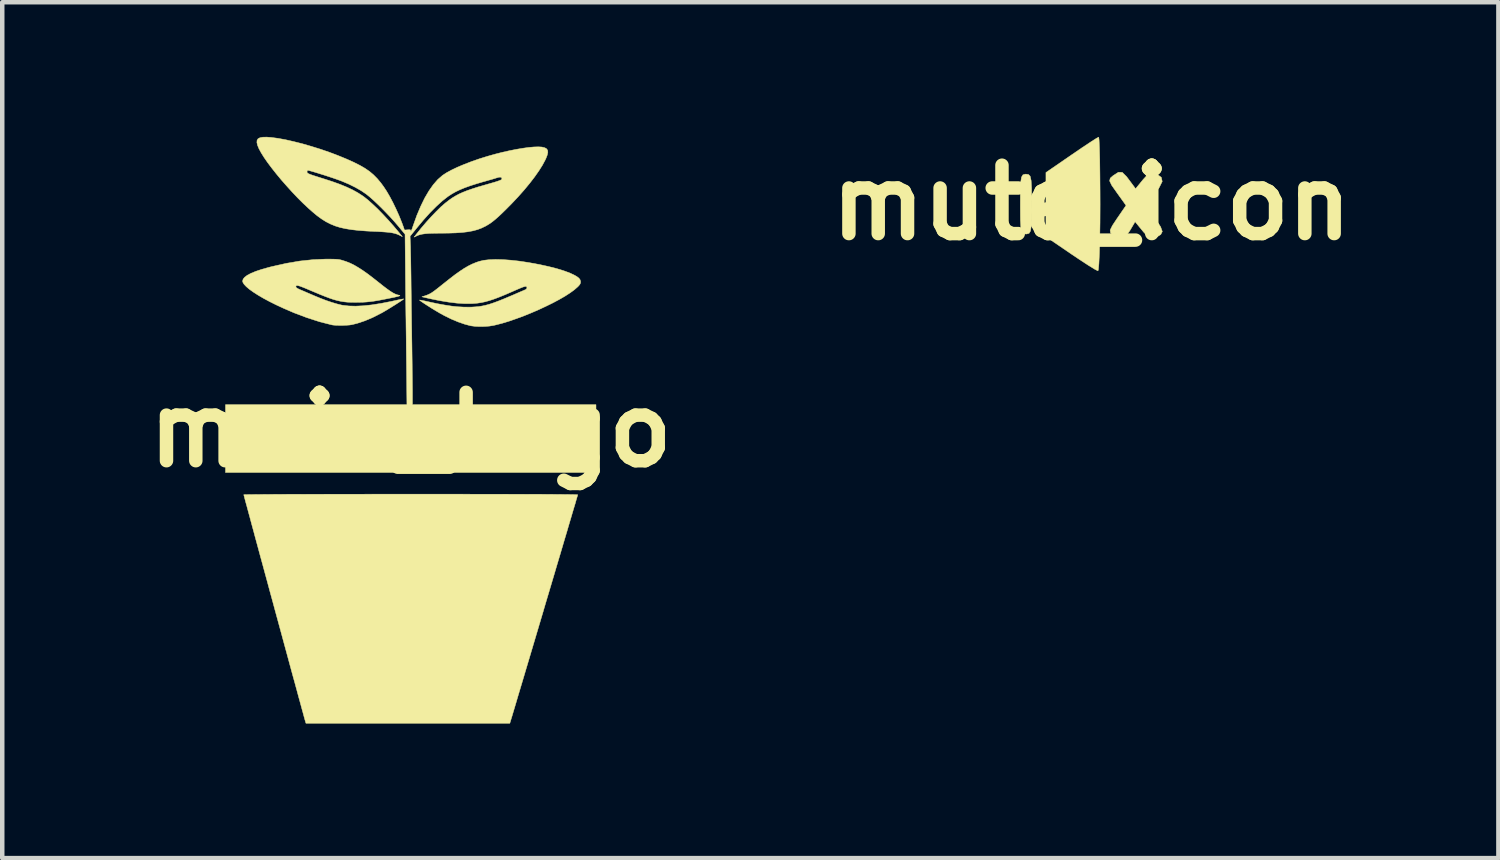
<source format=kicad_pcb>
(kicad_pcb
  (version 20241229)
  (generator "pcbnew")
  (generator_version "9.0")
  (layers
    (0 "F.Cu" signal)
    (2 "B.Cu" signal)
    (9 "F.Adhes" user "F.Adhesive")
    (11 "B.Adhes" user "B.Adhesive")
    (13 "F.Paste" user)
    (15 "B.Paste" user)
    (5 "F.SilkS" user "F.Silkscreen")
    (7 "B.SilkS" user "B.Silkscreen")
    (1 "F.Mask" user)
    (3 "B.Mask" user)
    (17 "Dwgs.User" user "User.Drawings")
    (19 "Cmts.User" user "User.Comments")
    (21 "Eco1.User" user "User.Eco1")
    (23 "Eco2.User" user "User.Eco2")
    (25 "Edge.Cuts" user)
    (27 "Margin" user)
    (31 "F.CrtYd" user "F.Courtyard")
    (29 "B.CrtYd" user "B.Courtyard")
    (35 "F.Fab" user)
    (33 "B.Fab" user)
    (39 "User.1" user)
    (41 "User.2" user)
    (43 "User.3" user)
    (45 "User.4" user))
  (footprint "main_logo"
    (layer "F.Cu")
    (at 6.103 6.527)
    (property "Reference" "main_logo" (at 0 0 0) (layer "F.SilkS") (effects (font (size 1.524 1.524) (thickness 0.3))))
    (attr through_hole)
    (fp_poly (pts (xy 0.398 1.435) (xy 0.771 1.435) (xy 1.12 1.435) (xy 1.444 1.436) (xy 1.745 1.436) (xy 2.022 1.436) (xy 2.277 1.437) (xy 2.51 1.437) (xy 2.72 1.438) (xy 2.909 1.438) (xy 3.078 1.439) (xy 3.225 1.44) (xy 3.353 1.441) (xy 3.46 1.442) (xy 3.549 1.443) (xy 3.619 1.444) (xy 3.67 1.445) (xy 3.704 1.447) (xy 3.72 1.448) (xy 3.721 1.449) (xy 3.718 1.462) (xy 3.707 1.498) (xy 3.69 1.555) (xy 3.668 1.633) (xy 3.639 1.729) (xy 3.605 1.843) (xy 3.567 1.973) (xy 3.524 2.117) (xy 3.478 2.275) (xy 3.427 2.445) (xy 3.374 2.625) (xy 3.318 2.814) (xy 3.259 3.011) (xy 3.199 3.215) (xy 3.137 3.423) (xy 3.074 3.635) (xy 3.01 3.849) (xy 2.947 4.064) (xy 2.883 4.279) (xy 2.82 4.491) (xy 2.758 4.7) (xy 2.697 4.905) (xy 2.638 5.103) (xy 2.581 5.294) (xy 2.527 5.476) (xy 2.476 5.647) (xy 2.428 5.807) (xy 2.384 5.954) (xy 2.345 6.087) (xy 2.31 6.204) (xy 2.28 6.304) (xy 2.256 6.385) (xy 2.237 6.446) (xy 2.225 6.486) (xy 2.221 6.499) (xy 2.208 6.54) (xy -2.335 6.54) (xy -2.348 6.499) (xy -2.353 6.481) (xy -2.365 6.44) (xy -2.382 6.378) (xy -2.404 6.296) (xy -2.432 6.195) (xy -2.464 6.077) (xy -2.501 5.943) (xy -2.541 5.794) (xy -2.585 5.633) (xy -2.633 5.46) (xy -2.683 5.276) (xy -2.735 5.084) (xy -2.789 4.885) (xy -2.845 4.679) (xy -2.902 4.469) (xy -2.96 4.256) (xy -3.019 4.04) (xy -3.077 3.825) (xy -3.136 3.61) (xy -3.193 3.398) (xy -3.25 3.189) (xy -3.305 2.986) (xy -3.359 2.789) (xy -3.41 2.6) (xy -3.459 2.42) (xy -3.504 2.252) (xy -3.547 2.095) (xy -3.585 1.952) (xy -3.62 1.824) (xy -3.65 1.712) (xy -3.676 1.618) (xy -3.696 1.543) (xy -3.71 1.489) (xy -3.719 1.456) (xy -3.721 1.447) (xy -3.708 1.446) (xy -3.671 1.445) (xy -3.609 1.444) (xy -3.523 1.443) (xy -3.414 1.442) (xy -3.283 1.441) (xy -3.128 1.44) (xy -2.952 1.439) (xy -2.755 1.438) (xy -2.537 1.438) (xy -2.299 1.437) (xy -2.041 1.437) (xy -1.764 1.436) (xy -1.469 1.436) (xy -1.155 1.436) (xy -0.823 1.435) (xy -0.475 1.435) (xy -0.11 1.435) (xy 0 1.435) (xy 0.398 1.435)) (stroke (width 0.01) (type solid)) (fill yes) (layer "F.SilkS"))
    (fp_poly (pts (xy 2.051 -3.792) (xy 2.228 -3.779) (xy 2.419 -3.758) (xy 2.623 -3.727) (xy 2.837 -3.688) (xy 2.87 -3.682) (xy 3.074 -3.637) (xy 3.255 -3.591) (xy 3.411 -3.543) (xy 3.544 -3.494) (xy 3.636 -3.451) (xy 3.702 -3.414) (xy 3.747 -3.379) (xy 3.773 -3.345) (xy 3.784 -3.307) (xy 3.785 -3.293) (xy 3.781 -3.266) (xy 3.768 -3.239) (xy 3.742 -3.207) (xy 3.718 -3.183) (xy 3.645 -3.119) (xy 3.55 -3.05) (xy 3.437 -2.977) (xy 3.307 -2.902) (xy 3.164 -2.826) (xy 3.011 -2.751) (xy 2.851 -2.676) (xy 2.686 -2.605) (xy 2.519 -2.537) (xy 2.353 -2.476) (xy 2.192 -2.42) (xy 2.037 -2.373) (xy 1.892 -2.336) (xy 1.84 -2.324) (xy 1.75 -2.31) (xy 1.648 -2.302) (xy 1.542 -2.3) (xy 1.44 -2.304) (xy 1.353 -2.315) (xy 1.333 -2.318) (xy 1.202 -2.353) (xy 1.057 -2.403) (xy 0.907 -2.466) (xy 0.756 -2.54) (xy 0.658 -2.593) (xy 0.597 -2.629) (xy 0.53 -2.669) (xy 0.461 -2.711) (xy 0.394 -2.754) (xy 0.331 -2.794) (xy 0.277 -2.83) (xy 0.234 -2.859) (xy 0.205 -2.881) (xy 0.195 -2.891) (xy 0.195 -2.891) (xy 0.208 -2.89) (xy 0.242 -2.885) (xy 0.292 -2.875) (xy 0.354 -2.861) (xy 0.395 -2.852) (xy 0.584 -2.811) (xy 0.754 -2.78) (xy 0.908 -2.756) (xy 1.05 -2.741) (xy 1.184 -2.734) (xy 1.314 -2.733) (xy 1.357 -2.734) (xy 1.439 -2.739) (xy 1.516 -2.746) (xy 1.592 -2.758) (xy 1.67 -2.775) (xy 1.752 -2.797) (xy 1.842 -2.827) (xy 1.943 -2.864) (xy 2.059 -2.91) (xy 2.192 -2.966) (xy 2.299 -3.011) (xy 2.372 -3.043) (xy 2.439 -3.072) (xy 2.496 -3.096) (xy 2.537 -3.114) (xy 2.561 -3.124) (xy 2.562 -3.125) (xy 2.584 -3.143) (xy 2.59 -3.167) (xy 2.58 -3.188) (xy 2.572 -3.192) (xy 2.561 -3.195) (xy 2.545 -3.193) (xy 2.522 -3.187) (xy 2.488 -3.176) (xy 2.442 -3.157) (xy 2.38 -3.131) (xy 2.298 -3.095) (xy 2.248 -3.073) (xy 2.1 -3.009) (xy 1.97 -2.956) (xy 1.856 -2.913) (xy 1.753 -2.879) (xy 1.66 -2.853) (xy 1.571 -2.834) (xy 1.483 -2.821) (xy 1.393 -2.813) (xy 1.346 -2.811) (xy 1.197 -2.811) (xy 1.029 -2.822) (xy 0.843 -2.845) (xy 0.643 -2.878) (xy 0.432 -2.921) (xy 0.37 -2.935) (xy 0.25 -2.963) (xy 0.331 -2.99) (xy 0.367 -3.003) (xy 0.4 -3.017) (xy 0.434 -3.034) (xy 0.471 -3.056) (xy 0.514 -3.086) (xy 0.566 -3.125) (xy 0.631 -3.176) (xy 0.711 -3.24) (xy 0.746 -3.268) (xy 0.879 -3.373) (xy 0.996 -3.463) (xy 1.101 -3.537) (xy 1.196 -3.6) (xy 1.285 -3.651) (xy 1.369 -3.693) (xy 1.452 -3.727) (xy 1.524 -3.752) (xy 1.625 -3.776) (xy 1.747 -3.79) (xy 1.89 -3.796) (xy 2.051 -3.792)) (stroke (width 0.01) (type solid)) (fill yes) (layer "F.SilkS"))
    (fp_poly (pts (xy -1.723 -3.802) (xy -1.668 -3.8) (xy -1.625 -3.797) (xy -1.588 -3.792) (xy -1.554 -3.784) (xy -1.522 -3.775) (xy -1.436 -3.747) (xy -1.351 -3.713) (xy -1.263 -3.67) (xy -1.172 -3.617) (xy -1.072 -3.553) (xy -0.963 -3.476) (xy -0.842 -3.384) (xy -0.705 -3.276) (xy -0.703 -3.274) (xy -0.603 -3.195) (xy -0.519 -3.132) (xy -0.448 -3.082) (xy -0.389 -3.046) (xy -0.338 -3.021) (xy -0.294 -3.006) (xy -0.27 -3.001) (xy -0.248 -2.996) (xy -0.24 -2.991) (xy -0.247 -2.984) (xy -0.271 -2.976) (xy -0.314 -2.965) (xy -0.378 -2.95) (xy -0.465 -2.933) (xy -0.483 -2.929) (xy -0.614 -2.903) (xy -0.725 -2.882) (xy -0.822 -2.866) (xy -0.908 -2.855) (xy -0.989 -2.847) (xy -1.07 -2.842) (xy -1.156 -2.84) (xy -1.232 -2.839) (xy -1.323 -2.84) (xy -1.406 -2.843) (xy -1.483 -2.851) (xy -1.559 -2.863) (xy -1.637 -2.88) (xy -1.72 -2.903) (xy -1.811 -2.934) (xy -1.914 -2.973) (xy -2.032 -3.02) (xy -2.169 -3.078) (xy -2.21 -3.095) (xy -2.309 -3.137) (xy -2.388 -3.17) (xy -2.449 -3.193) (xy -2.493 -3.208) (xy -2.524 -3.214) (xy -2.544 -3.214) (xy -2.554 -3.206) (xy -2.559 -3.192) (xy -2.559 -3.182) (xy -2.55 -3.167) (xy -2.521 -3.148) (xy -2.471 -3.124) (xy -2.445 -3.113) (xy -2.39 -3.09) (xy -2.321 -3.06) (xy -2.244 -3.027) (xy -2.167 -2.994) (xy -2.146 -2.985) (xy -2.013 -2.93) (xy -1.882 -2.88) (xy -1.757 -2.838) (xy -1.643 -2.804) (xy -1.546 -2.78) (xy -1.519 -2.775) (xy -1.382 -2.759) (xy -1.229 -2.755) (xy -1.059 -2.763) (xy -0.869 -2.783) (xy -0.66 -2.816) (xy -0.431 -2.861) (xy -0.357 -2.877) (xy -0.29 -2.892) (xy -0.232 -2.904) (xy -0.188 -2.912) (xy -0.161 -2.916) (xy -0.156 -2.916) (xy -0.164 -2.908) (xy -0.19 -2.888) (xy -0.232 -2.86) (xy -0.284 -2.826) (xy -0.345 -2.787) (xy -0.411 -2.746) (xy -0.477 -2.705) (xy -0.541 -2.666) (xy -0.6 -2.631) (xy -0.649 -2.603) (xy -0.654 -2.601) (xy -0.844 -2.504) (xy -1.023 -2.428) (xy -1.194 -2.371) (xy -1.312 -2.342) (xy -1.366 -2.334) (xy -1.435 -2.329) (xy -1.514 -2.326) (xy -1.594 -2.326) (xy -1.668 -2.328) (xy -1.729 -2.333) (xy -1.759 -2.338) (xy -2.027 -2.406) (xy -2.308 -2.496) (xy -2.6 -2.606) (xy -2.843 -2.711) (xy -3.002 -2.785) (xy -3.15 -2.859) (xy -3.284 -2.931) (xy -3.405 -3.002) (xy -3.509 -3.069) (xy -3.597 -3.132) (xy -3.665 -3.19) (xy -3.714 -3.242) (xy -3.741 -3.287) (xy -3.747 -3.313) (xy -3.735 -3.357) (xy -3.7 -3.4) (xy -3.641 -3.444) (xy -3.559 -3.487) (xy -3.452 -3.531) (xy -3.32 -3.575) (xy -3.163 -3.619) (xy -3.092 -3.637) (xy -2.776 -3.708) (xy -2.47 -3.76) (xy -2.176 -3.791) (xy -1.896 -3.803) (xy -1.886 -3.803) (xy -1.794 -3.803) (xy -1.723 -3.802)) (stroke (width 0.01) (type solid)) (fill yes) (layer "F.SilkS"))
    (fp_poly (pts (xy -3.115 -6.515) (xy -2.963 -6.495) (xy -2.792 -6.464) (xy -2.608 -6.422) (xy -2.413 -6.373) (xy -2.213 -6.315) (xy -2.011 -6.252) (xy -1.811 -6.183) (xy -1.618 -6.11) (xy -1.435 -6.035) (xy -1.27 -5.961) (xy -1.135 -5.893) (xy -1.019 -5.826) (xy -0.919 -5.757) (xy -0.83 -5.682) (xy -0.747 -5.598) (xy -0.665 -5.5) (xy -0.604 -5.417) (xy -0.538 -5.317) (xy -0.468 -5.197) (xy -0.397 -5.063) (xy -0.327 -4.918) (xy -0.26 -4.769) (xy -0.2 -4.62) (xy -0.173 -4.547) (xy -0.139 -4.451) (xy -0.069 -4.456) (xy -0.03 -4.458) (xy -0.009 -4.455) (xy -0.001 -4.445) (xy 0.001 -4.424) (xy 0.001 -4.424) (xy 0.004 -4.421) (xy 0.014 -4.44) (xy 0.03 -4.478) (xy 0.049 -4.533) (xy 0.056 -4.553) (xy 0.136 -4.777) (xy 0.222 -4.98) (xy 0.311 -5.163) (xy 0.405 -5.323) (xy 0.502 -5.461) (xy 0.602 -5.576) (xy 0.704 -5.665) (xy 0.71 -5.67) (xy 0.8 -5.729) (xy 0.913 -5.79) (xy 1.045 -5.853) (xy 1.193 -5.915) (xy 1.354 -5.977) (xy 1.526 -6.037) (xy 1.706 -6.093) (xy 1.89 -6.145) (xy 2.045 -6.184) (xy 2.205 -6.22) (xy 2.358 -6.25) (xy 2.501 -6.274) (xy 2.63 -6.292) (xy 2.745 -6.302) (xy 2.841 -6.305) (xy 2.916 -6.301) (xy 2.925 -6.3) (xy 2.986 -6.285) (xy 3.027 -6.262) (xy 3.05 -6.228) (xy 3.055 -6.183) (xy 3.042 -6.122) (xy 3.012 -6.045) (xy 2.997 -6.013) (xy 2.936 -5.899) (xy 2.856 -5.772) (xy 2.76 -5.635) (xy 2.649 -5.491) (xy 2.525 -5.341) (xy 2.39 -5.189) (xy 2.246 -5.036) (xy 2.119 -4.908) (xy 2.029 -4.82) (xy 1.952 -4.748) (xy 1.886 -4.69) (xy 1.827 -4.642) (xy 1.773 -4.602) (xy 1.719 -4.568) (xy 1.664 -4.536) (xy 1.661 -4.535) (xy 1.576 -4.494) (xy 1.485 -4.46) (xy 1.385 -4.433) (xy 1.272 -4.412) (xy 1.146 -4.397) (xy 1.001 -4.387) (xy 0.836 -4.382) (xy 0.726 -4.381) (xy 0.596 -4.38) (xy 0.488 -4.378) (xy 0.399 -4.375) (xy 0.326 -4.369) (xy 0.266 -4.361) (xy 0.217 -4.351) (xy 0.174 -4.338) (xy 0.143 -4.325) (xy 0.075 -4.293) (xy 0.116 -4.347) (xy 0.228 -4.487) (xy 0.343 -4.622) (xy 0.458 -4.749) (xy 0.569 -4.865) (xy 0.673 -4.967) (xy 0.768 -5.05) (xy 0.781 -5.06) (xy 0.854 -5.117) (xy 0.925 -5.167) (xy 0.998 -5.211) (xy 1.075 -5.253) (xy 1.16 -5.291) (xy 1.255 -5.329) (xy 1.365 -5.367) (xy 1.492 -5.408) (xy 1.64 -5.451) (xy 1.699 -5.468) (xy 1.8 -5.497) (xy 1.879 -5.52) (xy 1.938 -5.539) (xy 1.98 -5.554) (xy 2.008 -5.567) (xy 2.025 -5.577) (xy 2.031 -5.587) (xy 2.032 -5.592) (xy 2.023 -5.62) (xy 1.995 -5.631) (xy 1.95 -5.625) (xy 1.937 -5.62) (xy 1.906 -5.611) (xy 1.856 -5.595) (xy 1.791 -5.576) (xy 1.716 -5.555) (xy 1.637 -5.532) (xy 1.634 -5.532) (xy 1.471 -5.484) (xy 1.33 -5.439) (xy 1.207 -5.395) (xy 1.1 -5.351) (xy 1.005 -5.306) (xy 0.92 -5.258) (xy 0.84 -5.206) (xy 0.827 -5.197) (xy 0.703 -5.1) (xy 0.57 -4.979) (xy 0.428 -4.836) (xy 0.278 -4.669) (xy 0.119 -4.478) (xy 0.103 -4.458) (xy -0.015 -4.312) (xy -0.007 -4.128) (xy -0.005 -4.076) (xy -0.004 -4.002) (xy -0.002 -3.911) (xy 0.000399 -3.805) (xy 0.002 -3.688) (xy 0.004 -3.563) (xy 0.006 -3.435) (xy 0.007 -3.346) (xy 0.008 -3.221) (xy 0.01 -3.074) (xy 0.012 -2.912) (xy 0.014 -2.738) (xy 0.017 -2.557) (xy 0.019 -2.374) (xy 0.022 -2.193) (xy 0.024 -2.02) (xy 0.026 -1.911) (xy 0.028 -1.759) (xy 0.03 -1.607) (xy 0.032 -1.459) (xy 0.033 -1.318) (xy 0.035 -1.187) (xy 0.036 -1.069) (xy 0.037 -0.966) (xy 0.038 -0.883) (xy 0.038 -0.821) (xy 0.038 -0.816) (xy 0.038 -0.559) (xy 4.128 -0.559) (xy 4.128 0.953) (xy -4.128 0.953) (xy -4.128 -0.559) (xy -0.085 -0.559) (xy -0.094 -1.4) (xy -0.096 -1.558) (xy -0.098 -1.719) (xy -0.1 -1.88) (xy -0.101 -2.038) (xy -0.103 -2.187) (xy -0.105 -2.326) (xy -0.106 -2.45) (xy -0.108 -2.555) (xy -0.109 -2.635) (xy -0.11 -2.73) (xy -0.112 -2.846) (xy -0.113 -2.978) (xy -0.115 -3.121) (xy -0.116 -3.271) (xy -0.118 -3.424) (xy -0.119 -3.574) (xy -0.12 -3.693) (xy -0.127 -4.357) (xy -0.282 -4.544) (xy -0.364 -4.639) (xy -0.454 -4.739) (xy -0.551 -4.841) (xy -0.649 -4.941) (xy -0.746 -5.036) (xy -0.837 -5.121) (xy -0.92 -5.194) (xy -0.991 -5.251) (xy -0.991 -5.251) (xy -1.103 -5.327) (xy -1.236 -5.403) (xy -1.382 -5.475) (xy -1.538 -5.541) (xy -1.645 -5.58) (xy -1.734 -5.611) (xy -1.827 -5.642) (xy -1.919 -5.672) (xy -2.009 -5.7) (xy -2.092 -5.726) (xy -2.165 -5.748) (xy -2.225 -5.765) (xy -2.269 -5.777) (xy -2.293 -5.782) (xy -2.296 -5.781) (xy -2.308 -5.766) (xy -2.311 -5.747) (xy -2.31 -5.735) (xy -2.304 -5.725) (xy -2.292 -5.715) (xy -2.27 -5.703) (xy -2.236 -5.689) (xy -2.188 -5.672) (xy -2.123 -5.651) (xy -2.038 -5.624) (xy -1.943 -5.594) (xy -1.751 -5.532) (xy -1.581 -5.471) (xy -1.432 -5.41) (xy -1.3 -5.348) (xy -1.183 -5.284) (xy -1.079 -5.217) (xy -1.041 -5.19) (xy -0.95 -5.118) (xy -0.849 -5.027) (xy -0.738 -4.922) (xy -0.622 -4.803) (xy -0.503 -4.675) (xy -0.384 -4.541) (xy -0.273 -4.409) (xy -0.186 -4.303) (xy -0.253 -4.337) (xy -0.296 -4.356) (xy -0.343 -4.372) (xy -0.397 -4.385) (xy -0.462 -4.396) (xy -0.54 -4.404) (xy -0.636 -4.411) (xy -0.753 -4.418) (xy -0.794 -4.419) (xy -0.989 -4.429) (xy -1.161 -4.442) (xy -1.314 -4.459) (xy -1.451 -4.481) (xy -1.574 -4.508) (xy -1.686 -4.543) (xy -1.79 -4.586) (xy -1.89 -4.637) (xy -1.988 -4.699) (xy -2.087 -4.771) (xy -2.189 -4.856) (xy -2.286 -4.942) (xy -2.405 -5.054) (xy -2.526 -5.175) (xy -2.647 -5.303) (xy -2.767 -5.436) (xy -2.884 -5.569) (xy -2.994 -5.702) (xy -3.096 -5.831) (xy -3.188 -5.953) (xy -3.267 -6.067) (xy -3.331 -6.169) (xy -3.379 -6.257) (xy -3.38 -6.258) (xy -3.413 -6.337) (xy -3.428 -6.4) (xy -3.425 -6.449) (xy -3.403 -6.485) (xy -3.36 -6.508) (xy -3.297 -6.52) (xy -3.211 -6.522) (xy -3.115 -6.515)) (stroke (width 0.01) (type solid)) (fill yes) (layer "F.SilkS")))
  (footprint "mute_icon"
    (layer "F.Cu")
    (at 21.274 1.466)
    (property "Reference" "mute_icon" (at 0 0 0) (layer "F.SilkS") (effects (font (size 1.524 1.524) (thickness 0.3))))
    (attr through_hole)
    (fp_poly (pts (xy 0.168 -1.4) (xy 0.176 -1.23) (xy 0.183 -0.968) (xy 0.187 -0.632) (xy 0.19 -0.238) (xy 0.191 0.032) (xy 0.189 0.452) (xy 0.183 0.825) (xy 0.175 1.136) (xy 0.164 1.365) (xy 0.152 1.496) (xy 0.143 1.52) (xy 0.074 1.485) (xy -0.076 1.393) (xy -0.282 1.258) (xy -0.46 1.138) (xy -1.016 0.759) (xy -1.016 -0.672) (xy -0.443 -1.066) (xy -0.209 -1.226) (xy -0.016 -1.354) (xy 0.115 -1.437) (xy 0.16 -1.46) (xy 0.168 -1.4)) (stroke (width 0.01) (type solid)) (fill yes) (layer "F.SilkS"))
    (fp_poly (pts (xy -1.404 -0.627) (xy -1.367 -0.587) (xy -1.346 -0.492) (xy -1.336 -0.322) (xy -1.334 -0.052) (xy -1.333 0.032) (xy -1.335 0.329) (xy -1.343 0.522) (xy -1.361 0.633) (xy -1.393 0.684) (xy -1.445 0.698) (xy -1.46 0.699) (xy -1.517 0.69) (xy -1.554 0.65) (xy -1.575 0.556) (xy -1.585 0.385) (xy -1.587 0.115) (xy -1.587 0.032) (xy -1.586 -0.266) (xy -1.578 -0.459) (xy -1.56 -0.569) (xy -1.528 -0.621) (xy -1.476 -0.635) (xy -1.46 -0.635) (xy -1.404 -0.627)) (stroke (width 0.01) (type solid)) (fill yes) (layer "F.SilkS"))
    (fp_poly (pts (xy 0.685 -0.675) (xy 0.78 -0.581) (xy 0.838 -0.504) (xy 0.982 -0.31) (xy 1.147 -0.512) (xy 1.262 -0.638) (xy 1.348 -0.676) (xy 1.446 -0.643) (xy 1.45 -0.641) (xy 1.555 -0.564) (xy 1.575 -0.472) (xy 1.508 -0.337) (xy 1.429 -0.228) (xy 1.328 -0.079) (xy 1.273 0.036) (xy 1.27 0.057) (xy 1.303 0.153) (xy 1.388 0.304) (xy 1.429 0.367) (xy 1.54 0.54) (xy 1.577 0.643) (xy 1.543 0.71) (xy 1.45 0.768) (xy 1.351 0.802) (xy 1.266 0.768) (xy 1.154 0.648) (xy 1.142 0.633) (xy 0.971 0.425) (xy 0.853 0.625) (xy 0.744 0.775) (xy 0.643 0.815) (xy 0.515 0.754) (xy 0.486 0.733) (xy 0.424 0.675) (xy 0.415 0.611) (xy 0.466 0.508) (xy 0.569 0.353) (xy 0.769 0.062) (xy 0.564 -0.224) (xy 0.449 -0.388) (xy 0.403 -0.485) (xy 0.417 -0.546) (xy 0.481 -0.602) (xy 0.599 -0.678) (xy 0.685 -0.675)) (stroke (width 0.01) (type solid)) (fill yes) (layer "F.SilkS")))
  (gr_rect
    (start -3 -3)
    (end 30.341 16.072)
    (stroke (width 0.1) (type default))
    (fill no)
    (layer "Edge.Cuts")))
</source>
